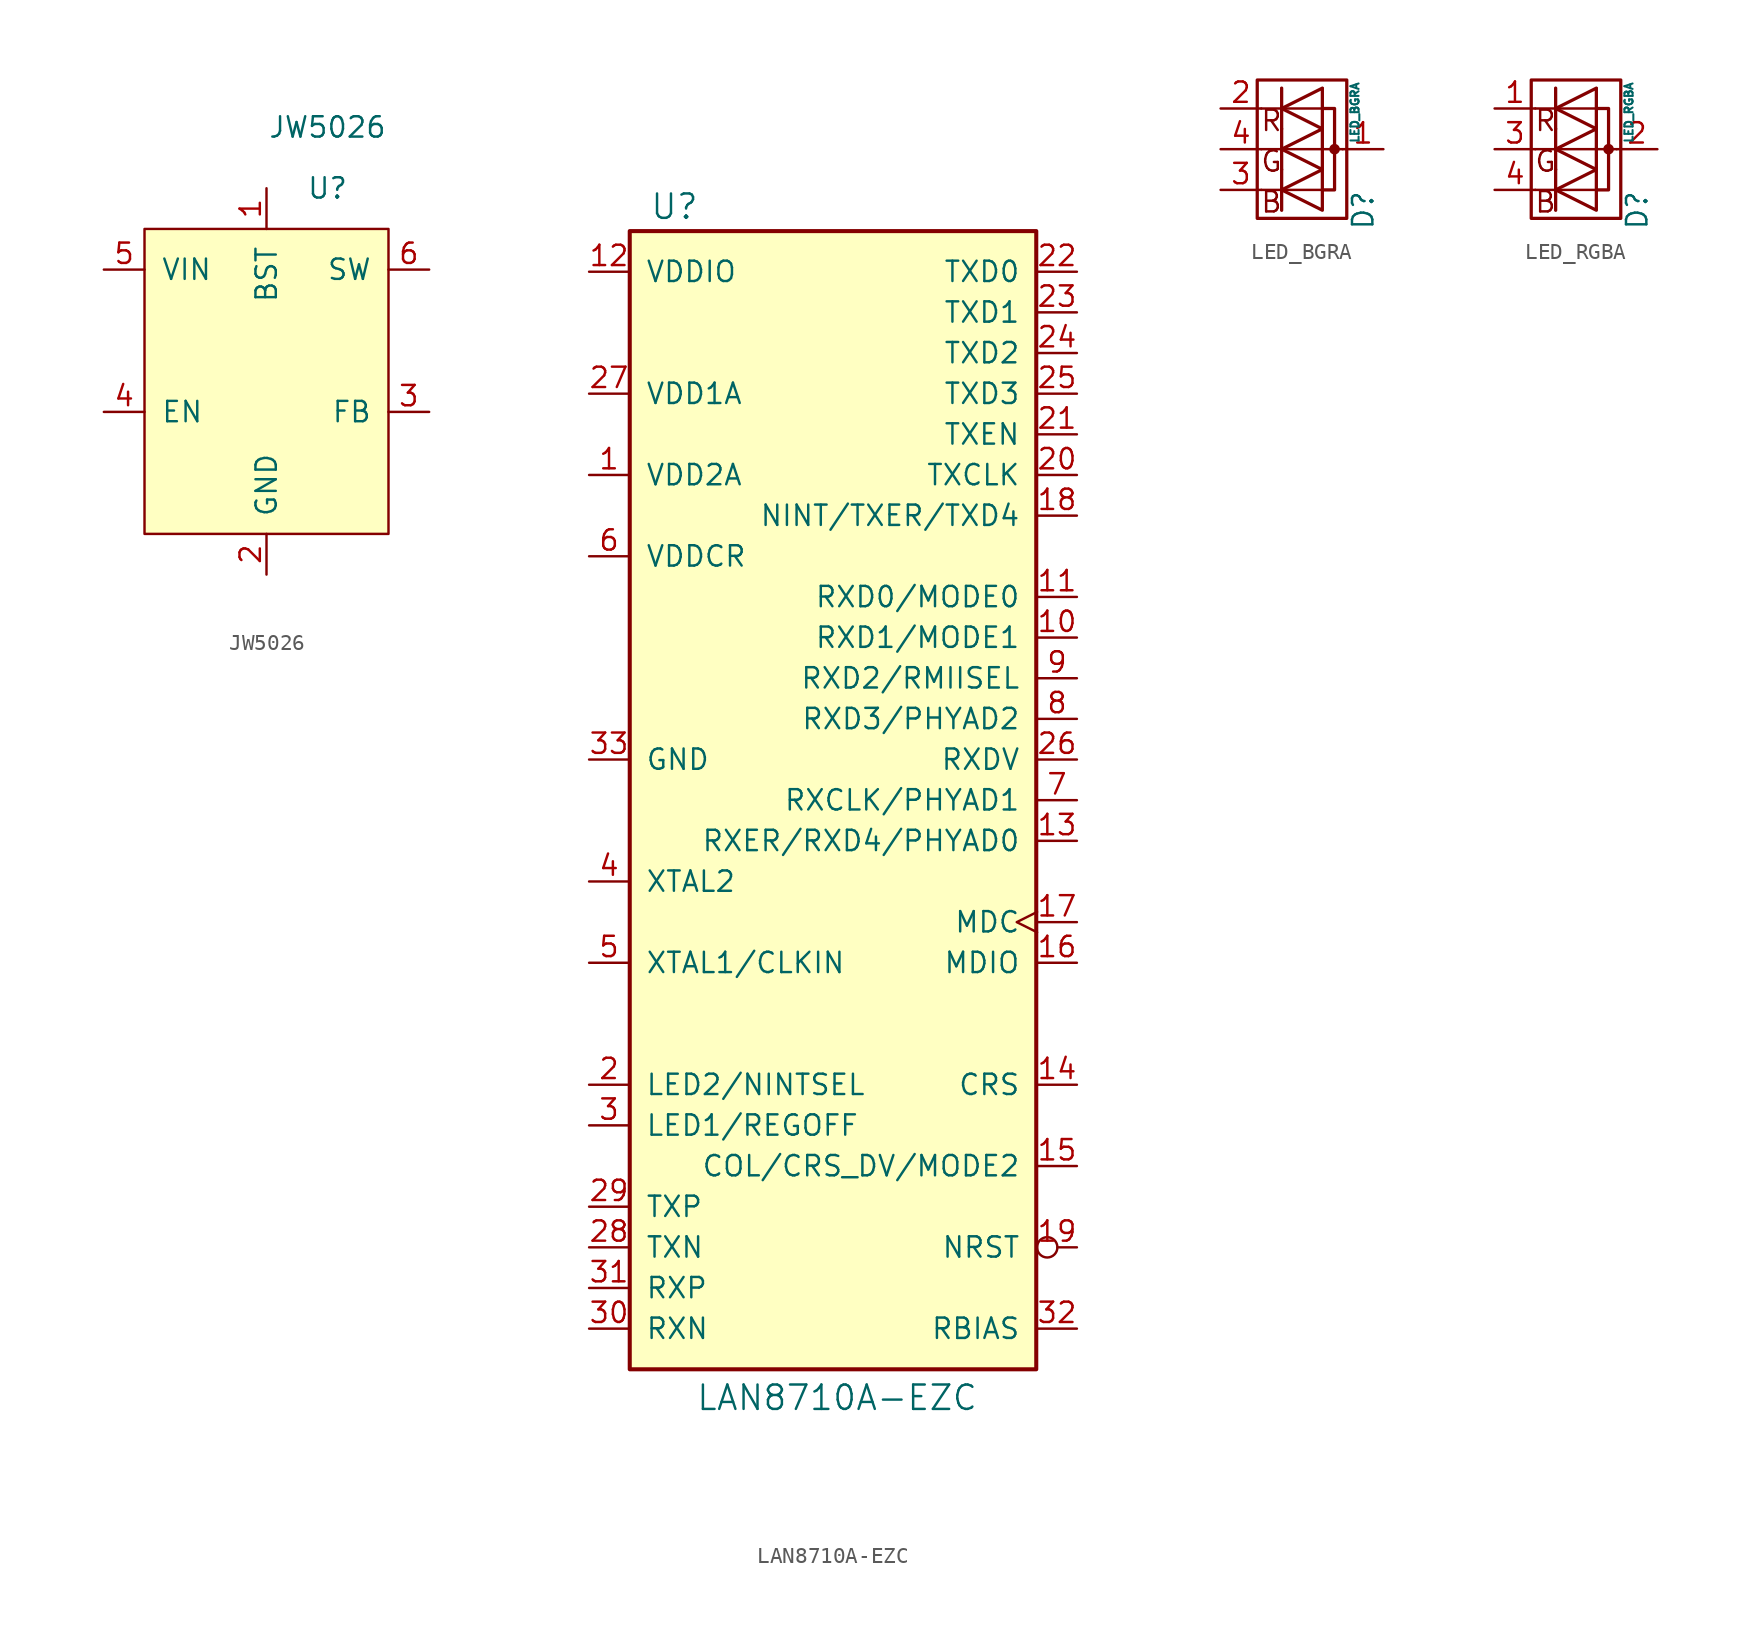
<source format=kicad_sym>
(kicad_symbol_lib
  (version 20231120)
  (generator "kicad_symbol_editor")
  (generator_version "8.0")
  (symbol "JW5026"
    (pin_names
      (offset 1.016))
    (property "Reference" "U"
      (at 3.81 11.43 0)
      (effects (font (size 1.27 1.27))))
    (property "Value" "JW5026"
      (at 3.81 15.24 0)
      (effects (font (size 1.27 1.27))))
    (symbol "JW5026_0_1"
      (rectangle (start -7.62 8.89) (end 7.62 -10.16) (stroke (width 0) (type solid)) (fill (type background))))
    (symbol "JW5026_1_1"
      (pin input line (at 0 11.43 270) (length 2.54) (name "BST" (effects (font (size 1.27 1.27)))) (number "1" (effects (font (size 1.27 1.27)))))
      (pin input line (at 0 -12.7 90) (length 2.54) (name "GND" (effects (font (size 1.27 1.27)))) (number "2" (effects (font (size 1.27 1.27)))))
      (pin input line (at 10.16 -2.54 180) (length 2.54) (name "FB" (effects (font (size 1.27 1.27)))) (number "3" (effects (font (size 1.27 1.27)))))
      (pin input line (at -10.16 -2.54 0) (length 2.54) (name "EN" (effects (font (size 1.27 1.27)))) (number "4" (effects (font (size 1.27 1.27)))))
      (pin input line (at -10.16 6.35 0) (length 2.54) (name "VIN" (effects (font (size 1.27 1.27)))) (number "5" (effects (font (size 1.27 1.27)))))
      (pin input line (at 10.16 6.35 180) (length 2.54) (name "SW" (effects (font (size 1.27 1.27)))) (number "6" (effects (font (size 1.27 1.27)))))))
  (symbol "LAN8710A-EZC"
    (pin_names
      (offset 1.016))
    (property "Reference" "U"
      (at -9.906 37.084 0)
      (effects (font (size 1.524 1.524))))
    (property "Value" "LAN8710A-EZC"
      (at 0.254 -37.338 0)
      (effects (font (size 1.524 1.524))))
    (symbol "LAN8710A-EZC_0_1"
      (rectangle (start -12.7 35.56) (end 12.7 -35.56) (stroke (width 0.254) (type solid)) (fill (type background))))
    (symbol "LAN8710A-EZC_1_1"
      (pin power_in line (at -15.24 20.32 0) (length 2.489) (name "VDD2A" (effects (font (size 1.27 1.27)))) (number "1" (effects (font (size 1.27 1.27)))))
      (pin bidirectional line (at 15.24 10.16 180) (length 2.489) (name "RXD1/MODE1" (effects (font (size 1.27 1.27)))) (number "10" (effects (font (size 1.27 1.27)))))
      (pin bidirectional line (at 15.24 12.7 180) (length 2.489) (name "RXD0/MODE0" (effects (font (size 1.27 1.27)))) (number "11" (effects (font (size 1.27 1.27)))))
      (pin power_in line (at -15.24 33.02 0) (length 2.489) (name "VDDIO" (effects (font (size 1.27 1.27)))) (number "12" (effects (font (size 1.27 1.27)))))
      (pin bidirectional line (at 15.24 -2.54 180) (length 2.489) (name "RXER/RXD4/PHYAD0" (effects (font (size 1.27 1.27)))) (number "13" (effects (font (size 1.27 1.27)))))
      (pin output line (at 15.24 -17.78 180) (length 2.489) (name "CRS" (effects (font (size 1.27 1.27)))) (number "14" (effects (font (size 1.27 1.27)))))
      (pin bidirectional line (at 15.24 -22.86 180) (length 2.489) (name "COL/CRS_DV/MODE2" (effects (font (size 1.27 1.27)))) (number "15" (effects (font (size 1.27 1.27)))))
      (pin bidirectional line (at 15.24 -10.16 180) (length 2.489) (name "MDIO" (effects (font (size 1.27 1.27)))) (number "16" (effects (font (size 1.27 1.27)))))
      (pin input clock (at 15.24 -7.62 180) (length 2.489) (name "MDC" (effects (font (size 1.27 1.27)))) (number "17" (effects (font (size 1.27 1.27)))))
      (pin bidirectional line (at 15.24 17.78 180) (length 2.489) (name "NINT/TXER/TXD4" (effects (font (size 1.27 1.27)))) (number "18" (effects (font (size 1.27 1.27)))))
      (pin input inverted (at 15.24 -27.94 180) (length 2.489) (name "NRST" (effects (font (size 1.27 1.27)))) (number "19" (effects (font (size 1.27 1.27)))))
      (pin bidirectional line (at -15.24 -17.78 0) (length 2.489) (name "LED2/NINTSEL" (effects (font (size 1.27 1.27)))) (number "2" (effects (font (size 1.27 1.27)))))
      (pin output line (at 15.24 20.32 180) (length 2.489) (name "TXCLK" (effects (font (size 1.27 1.27)))) (number "20" (effects (font (size 1.27 1.27)))))
      (pin input line (at 15.24 22.86 180) (length 2.489) (name "TXEN" (effects (font (size 1.27 1.27)))) (number "21" (effects (font (size 1.27 1.27)))))
      (pin input line (at 15.24 33.02 180) (length 2.489) (name "TXD0" (effects (font (size 1.27 1.27)))) (number "22" (effects (font (size 1.27 1.27)))))
      (pin input line (at 15.24 30.48 180) (length 2.489) (name "TXD1" (effects (font (size 1.27 1.27)))) (number "23" (effects (font (size 1.27 1.27)))))
      (pin input line (at 15.24 27.94 180) (length 2.489) (name "TXD2" (effects (font (size 1.27 1.27)))) (number "24" (effects (font (size 1.27 1.27)))))
      (pin input line (at 15.24 25.4 180) (length 2.489) (name "TXD3" (effects (font (size 1.27 1.27)))) (number "25" (effects (font (size 1.27 1.27)))))
      (pin output line (at 15.24 2.54 180) (length 2.489) (name "RXDV" (effects (font (size 1.27 1.27)))) (number "26" (effects (font (size 1.27 1.27)))))
      (pin power_in line (at -15.24 25.4 0) (length 2.489) (name "VDD1A" (effects (font (size 1.27 1.27)))) (number "27" (effects (font (size 1.27 1.27)))))
      (pin output line (at -15.24 -27.94 0) (length 2.489) (name "TXN" (effects (font (size 1.27 1.27)))) (number "28" (effects (font (size 1.27 1.27)))))
      (pin output line (at -15.24 -25.4 0) (length 2.489) (name "TXP" (effects (font (size 1.27 1.27)))) (number "29" (effects (font (size 1.27 1.27)))))
      (pin bidirectional line (at -15.24 -20.32 0) (length 2.489) (name "LED1/REGOFF" (effects (font (size 1.27 1.27)))) (number "3" (effects (font (size 1.27 1.27)))))
      (pin input line (at -15.24 -33.02 0) (length 2.489) (name "RXN" (effects (font (size 1.27 1.27)))) (number "30" (effects (font (size 1.27 1.27)))))
      (pin input line (at -15.24 -30.48 0) (length 2.489) (name "RXP" (effects (font (size 1.27 1.27)))) (number "31" (effects (font (size 1.27 1.27)))))
      (pin input line (at 15.24 -33.02 180) (length 2.489) (name "RBIAS" (effects (font (size 1.27 1.27)))) (number "32" (effects (font (size 1.27 1.27)))))
      (pin power_in line (at -15.24 2.54 0) (length 2.489) (name "GND" (effects (font (size 1.27 1.27)))) (number "33" (effects (font (size 1.27 1.27)))))
      (pin output line (at -15.24 -5.08 0) (length 2.489) (name "XTAL2" (effects (font (size 1.27 1.27)))) (number "4" (effects (font (size 1.27 1.27)))))
      (pin input line (at -15.24 -10.16 0) (length 2.489) (name "XTAL1/CLKIN" (effects (font (size 1.27 1.27)))) (number "5" (effects (font (size 1.27 1.27)))))
      (pin power_in line (at -15.24 15.24 0) (length 2.489) (name "VDDCR" (effects (font (size 1.27 1.27)))) (number "6" (effects (font (size 1.27 1.27)))))
      (pin bidirectional line (at 15.24 0 180) (length 2.489) (name "RXCLK/PHYAD1" (effects (font (size 1.27 1.27)))) (number "7" (effects (font (size 1.27 1.27)))))
      (pin bidirectional line (at 15.24 5.08 180) (length 2.489) (name "RXD3/PHYAD2" (effects (font (size 1.27 1.27)))) (number "8" (effects (font (size 1.27 1.27)))))
      (pin bidirectional line (at 15.24 7.62 180) (length 2.489) (name "RXD2/RMIISEL" (effects (font (size 1.27 1.27)))) (number "9" (effects (font (size 1.27 1.27)))))))
  (symbol "LED_BGRA"
    (pin_names
      (offset 0) hide)
    (property "Reference" "D"
      (at 3.81 -3.81 90)
      (effects (font (size 1.27 1.27))))
    (property "Value" "LED_BGRA"
      (at 3.302 2.286 90)
      (effects (font (size 0.508 0.508))))
    (symbol "LED_BGRA_0_0"
      (text "B" (at -1.905 -3.302 0) (effects (font (size 1.27 1.27))))
      (text "G" (at -1.905 -0.762 0) (effects (font (size 1.27 1.27))))
      (text "R" (at -1.905 1.778 0) (effects (font (size 1.27 1.27)))))
    (symbol "LED_BGRA_0_1"
      (rectangle (start -2.794 4.318) (end 2.794 -4.318) (stroke (width 0.203) (type solid)) (fill (type none)))
      (polyline (pts (xy -1.27 -2.54) (xy -2.54 -2.54)) (stroke (width 0) (type solid)) (fill (type none)))
      (polyline (pts (xy -1.27 -2.54) (xy 1.27 -2.54)) (stroke (width 0) (type solid)) (fill (type none)))
      (polyline (pts (xy -1.27 -1.27) (xy -1.27 -3.81)) (stroke (width 0) (type solid)) (fill (type none)))
      (polyline (pts (xy -1.27 -1.27) (xy -1.27 -3.81)) (stroke (width 0.203) (type solid)) (fill (type none)))
      (polyline (pts (xy -1.27 0) (xy -2.54 0)) (stroke (width 0) (type solid)) (fill (type none)))
      (polyline (pts (xy -1.27 0) (xy 1.27 0)) (stroke (width 0) (type solid)) (fill (type none)))
      (polyline (pts (xy -1.27 1.27) (xy -1.27 -1.27)) (stroke (width 0.203) (type solid)) (fill (type none)))
      (polyline (pts (xy -1.27 2.54) (xy -2.54 2.54)) (stroke (width 0) (type solid)) (fill (type none)))
      (polyline (pts (xy -1.27 3.81) (xy -1.27 1.27)) (stroke (width 0.203) (type solid)) (fill (type none)))
      (polyline (pts (xy 1.27 0) (xy 2.54 0)) (stroke (width 0) (type solid)) (fill (type none)))
      (polyline (pts (xy 1.27 2.54) (xy -1.27 2.54)) (stroke (width 0) (type solid)) (fill (type none)))
      (polyline (pts (xy -1.27 1.27) (xy -1.27 -1.27) (xy -1.27 -1.27)) (stroke (width 0) (type solid)) (fill (type none)))
      (polyline (pts (xy -1.27 3.81) (xy -1.27 1.27) (xy -1.27 1.27)) (stroke (width 0) (type solid)) (fill (type none)))
      (polyline (pts (xy 2.032 0) (xy 2.032 -2.54) (xy 1.27 -2.54)) (stroke (width 0.203) (type solid)) (fill (type none)))
      (polyline (pts (xy 2.032 0) (xy 2.032 2.54) (xy 1.27 2.54)) (stroke (width 0.203) (type solid)) (fill (type none)))
      (polyline (pts (xy 1.27 -1.27) (xy 1.27 -3.81) (xy -1.27 -2.54) (xy 1.27 -1.27)) (stroke (width 0.203) (type solid)) (fill (type none)))
      (polyline (pts (xy 1.27 1.27) (xy 1.27 -1.27) (xy -1.27 0) (xy 1.27 1.27)) (stroke (width 0.203) (type solid)) (fill (type none)))
      (polyline (pts (xy 1.27 3.81) (xy 1.27 1.27) (xy -1.27 2.54) (xy 1.27 3.81)) (stroke (width 0.203) (type solid)) (fill (type none)))
      (rectangle (start 1.27 -1.27) (end 1.27 1.27) (stroke (width 0) (type solid)) (fill (type none)))
      (rectangle (start 1.27 1.27) (end 1.27 1.27) (stroke (width 0) (type solid)) (fill (type none)))
      (rectangle (start 1.27 1.27) (end 1.27 3.81) (stroke (width 0) (type solid)) (fill (type none)))
      (rectangle (start 1.27 3.81) (end 1.27 3.81) (stroke (width 0) (type solid)) (fill (type none)))
      (circle (center 2.032 0) (radius 0.254) (stroke (width 0) (type solid)) (fill (type outline))))
    (symbol "LED_BGRA_1_1"
      (pin passive line (at 5.08 0 180) (length 2.54) (name "A" (effects (font (size 1.27 1.27)))) (number "1" (effects (font (size 1.27 1.27)))))
      (pin passive line (at -5.08 2.54 0) (length 2.54) (name "BK" (effects (font (size 1.27 1.27)))) (number "2" (effects (font (size 1.27 1.27)))))
      (pin passive line (at -5.08 -2.54 0) (length 2.54) (name "RK" (effects (font (size 1.27 1.27)))) (number "3" (effects (font (size 1.27 1.27)))))
      (pin passive line (at -5.08 0 0) (length 2.54) (name "GK" (effects (font (size 1.27 1.27)))) (number "4" (effects (font (size 1.27 1.27)))))))
  (symbol "LED_RGBA"
    (pin_names
      (offset 0) hide)
    (property "Reference" "D"
      (at 3.81 -3.81 90)
      (effects (font (size 1.27 1.27))))
    (property "Value" "LED_RGBA"
      (at 3.302 2.286 90)
      (effects (font (size 0.508 0.508))))
    (symbol "LED_RGBA_0_0"
      (text "B" (at -1.905 -3.302 0) (effects (font (size 1.27 1.27))))
      (text "G" (at -1.905 -0.762 0) (effects (font (size 1.27 1.27))))
      (text "R" (at -1.905 1.778 0) (effects (font (size 1.27 1.27)))))
    (symbol "LED_RGBA_0_1"
      (rectangle (start -2.794 4.318) (end 2.794 -4.318) (stroke (width 0.203) (type solid)) (fill (type none)))
      (polyline (pts (xy -1.27 -2.54) (xy -2.54 -2.54)) (stroke (width 0) (type solid)) (fill (type none)))
      (polyline (pts (xy -1.27 -2.54) (xy 1.27 -2.54)) (stroke (width 0) (type solid)) (fill (type none)))
      (polyline (pts (xy -1.27 -1.27) (xy -1.27 -3.81)) (stroke (width 0) (type solid)) (fill (type none)))
      (polyline (pts (xy -1.27 -1.27) (xy -1.27 -3.81)) (stroke (width 0.203) (type solid)) (fill (type none)))
      (polyline (pts (xy -1.27 0) (xy -2.54 0)) (stroke (width 0) (type solid)) (fill (type none)))
      (polyline (pts (xy -1.27 0) (xy 1.27 0)) (stroke (width 0) (type solid)) (fill (type none)))
      (polyline (pts (xy -1.27 1.27) (xy -1.27 -1.27)) (stroke (width 0.203) (type solid)) (fill (type none)))
      (polyline (pts (xy -1.27 2.54) (xy -2.54 2.54)) (stroke (width 0) (type solid)) (fill (type none)))
      (polyline (pts (xy -1.27 3.81) (xy -1.27 1.27)) (stroke (width 0.203) (type solid)) (fill (type none)))
      (polyline (pts (xy 1.27 0) (xy 2.54 0)) (stroke (width 0) (type solid)) (fill (type none)))
      (polyline (pts (xy 1.27 2.54) (xy -1.27 2.54)) (stroke (width 0) (type solid)) (fill (type none)))
      (polyline (pts (xy -1.27 1.27) (xy -1.27 -1.27) (xy -1.27 -1.27)) (stroke (width 0) (type solid)) (fill (type none)))
      (polyline (pts (xy -1.27 3.81) (xy -1.27 1.27) (xy -1.27 1.27)) (stroke (width 0) (type solid)) (fill (type none)))
      (polyline (pts (xy 2.032 0) (xy 2.032 -2.54) (xy 1.27 -2.54)) (stroke (width 0.203) (type solid)) (fill (type none)))
      (polyline (pts (xy 2.032 0) (xy 2.032 2.54) (xy 1.27 2.54)) (stroke (width 0.203) (type solid)) (fill (type none)))
      (polyline (pts (xy 1.27 -1.27) (xy 1.27 -3.81) (xy -1.27 -2.54) (xy 1.27 -1.27)) (stroke (width 0.203) (type solid)) (fill (type none)))
      (polyline (pts (xy 1.27 1.27) (xy 1.27 -1.27) (xy -1.27 0) (xy 1.27 1.27)) (stroke (width 0.203) (type solid)) (fill (type none)))
      (polyline (pts (xy 1.27 3.81) (xy 1.27 1.27) (xy -1.27 2.54) (xy 1.27 3.81)) (stroke (width 0.203) (type solid)) (fill (type none)))
      (rectangle (start 1.27 -1.27) (end 1.27 1.27) (stroke (width 0) (type solid)) (fill (type none)))
      (rectangle (start 1.27 1.27) (end 1.27 1.27) (stroke (width 0) (type solid)) (fill (type none)))
      (rectangle (start 1.27 1.27) (end 1.27 3.81) (stroke (width 0) (type solid)) (fill (type none)))
      (rectangle (start 1.27 3.81) (end 1.27 3.81) (stroke (width 0) (type solid)) (fill (type none)))
      (circle (center 2.032 0) (radius 0.254) (stroke (width 0) (type solid)) (fill (type outline))))
    (symbol "LED_RGBA_1_1"
      (pin passive line (at -5.08 2.54 0) (length 2.54) (name "RK" (effects (font (size 1.27 1.27)))) (number "1" (effects (font (size 1.27 1.27)))))
      (pin passive line (at 5.08 0 180) (length 2.54) (name "A" (effects (font (size 1.27 1.27)))) (number "2" (effects (font (size 1.27 1.27)))))
      (pin passive line (at -5.08 0 0) (length 2.54) (name "GK" (effects (font (size 1.27 1.27)))) (number "3" (effects (font (size 1.27 1.27)))))
      (pin passive line (at -5.08 -2.54 0) (length 2.54) (name "BK" (effects (font (size 1.27 1.27)))) (number "4" (effects (font (size 1.27 1.27))))))))
</source>
